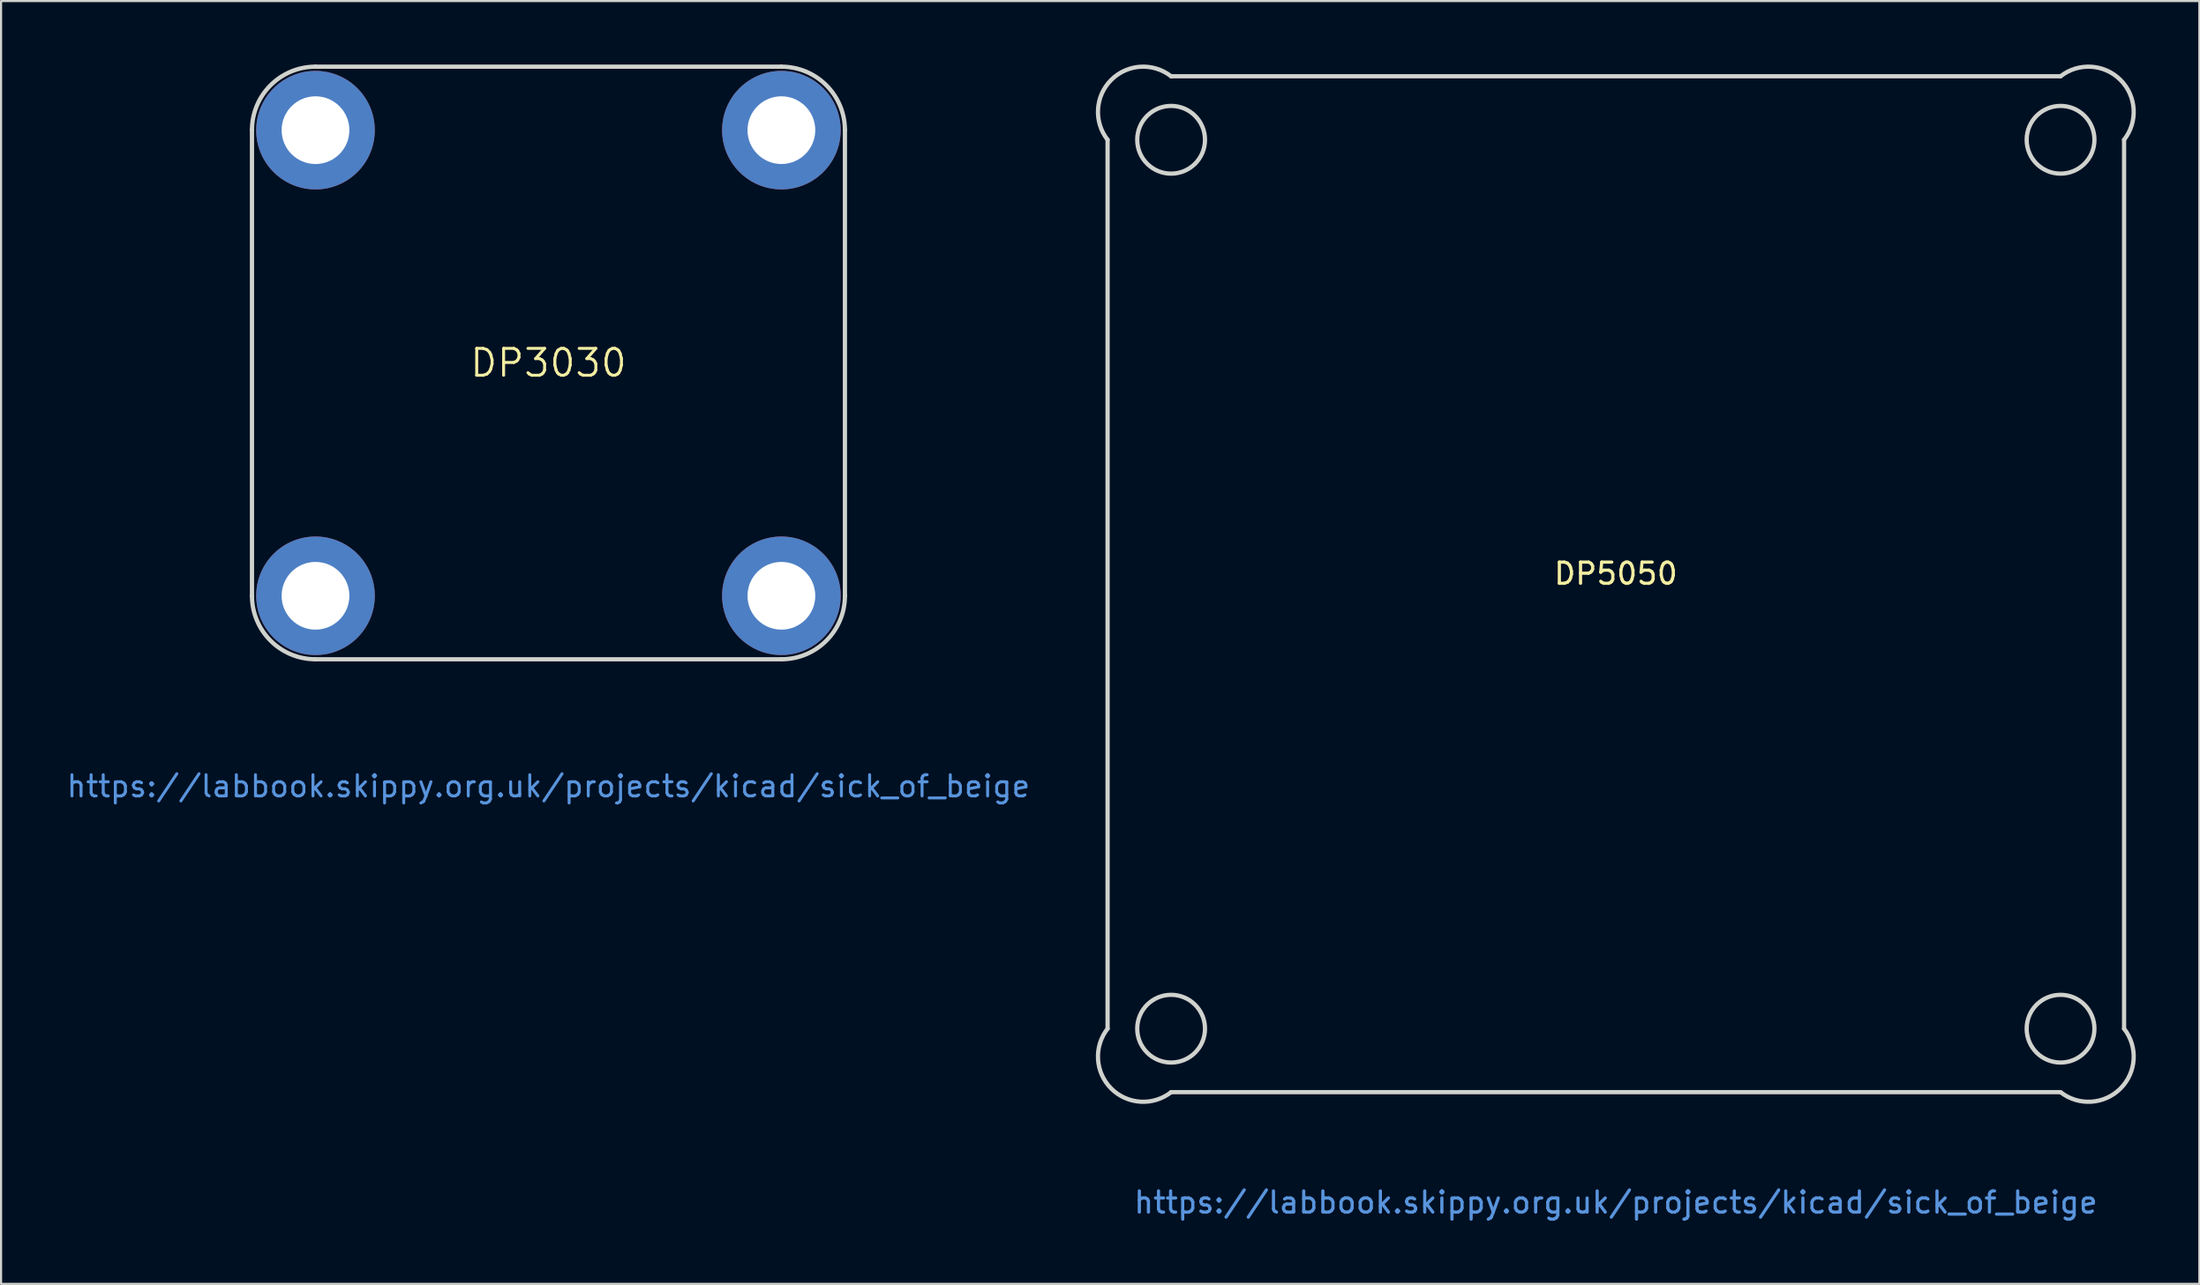
<source format=kicad_pcb>
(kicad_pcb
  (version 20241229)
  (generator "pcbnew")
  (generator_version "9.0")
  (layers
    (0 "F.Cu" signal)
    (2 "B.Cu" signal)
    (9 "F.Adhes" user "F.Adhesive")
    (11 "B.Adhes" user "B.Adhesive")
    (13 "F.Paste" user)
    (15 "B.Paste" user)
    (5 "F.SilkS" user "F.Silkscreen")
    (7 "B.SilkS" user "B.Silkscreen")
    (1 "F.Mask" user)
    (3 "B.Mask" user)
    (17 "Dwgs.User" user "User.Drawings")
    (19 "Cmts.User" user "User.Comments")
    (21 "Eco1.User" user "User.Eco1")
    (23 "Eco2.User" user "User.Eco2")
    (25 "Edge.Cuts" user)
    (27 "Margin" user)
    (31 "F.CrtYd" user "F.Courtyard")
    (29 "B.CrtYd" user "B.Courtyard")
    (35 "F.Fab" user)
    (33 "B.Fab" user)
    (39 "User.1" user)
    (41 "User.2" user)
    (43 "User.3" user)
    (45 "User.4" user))
  (footprint "DP3030"
    (layer "F.Cu")
    (at 22.848 14.1)
    (property "Reference" "DP3030" (at 0 0 0) (layer "F.SilkS") (effects (font (size 1.27 1.27) (thickness 0.14))))
    (fp_line (start -14 11) (end -14 -11) (stroke (width 0.2) (type solid)) (layer "Edge.Cuts"))
    (fp_line (start -11 -14) (end 11 -14) (stroke (width 0.2) (type solid)) (layer "Edge.Cuts"))
    (fp_line (start 11 14) (end -11 14) (stroke (width 0.2) (type solid)) (layer "Edge.Cuts"))
    (fp_line (start 14 -11) (end 14 11) (stroke (width 0.2) (type solid)) (layer "Edge.Cuts"))
    (fp_arc (start -14 -11) (mid -13.12132 -13.12132) (end -11 -14) (stroke (width 0.2) (type solid)) (layer "Edge.Cuts"))
    (fp_arc (start -11 14) (mid -13.12132 13.12132) (end -14 11) (stroke (width 0.2) (type solid)) (layer "Edge.Cuts"))
    (fp_arc (start 11 -14) (mid 13.12132 -13.12132) (end 14 -11) (stroke (width 0.2) (type solid)) (layer "Edge.Cuts"))
    (fp_arc (start 14 11) (mid 13.12132 13.12132) (end 11 14) (stroke (width 0.2) (type solid)) (layer "Edge.Cuts"))
    (fp_circle (center -11 -11) (end -11 -11) (stroke (width 0.05) (type solid)) (fill no) (layer "F.CrtYd"))
    (fp_circle (center -11 11) (end -11 11) (stroke (width 0.05) (type solid)) (fill no) (layer "F.CrtYd"))
    (fp_circle (center 11 -11) (end 11 -11) (stroke (width 0.05) (type solid)) (fill no) (layer "F.CrtYd"))
    (fp_circle (center 11 11) (end 11 11) (stroke (width 0.05) (type solid)) (fill no) (layer "F.CrtYd"))
    (fp_text user "https://labbook.skippy.org.uk/projects/kicad/sick_of_beige" (at 0 20 0) (unlocked yes) (layer "Cmts.User") (effects (font (size 1 1) (thickness 0.14))))
    (pad "1" thru_hole circle (at -11 -11) (size 3.6 3.6) (drill 3.2) (layers "*.Cu" "*.Mask"))
    (pad "1" connect circle (at -11 -11) (size 5.6 5.6) (layers "F.Cu" "F.Mask"))
    (pad "1" connect circle (at -11 -11) (size 5.6 5.6) (layers "B.Cu" "B.Mask"))
    (pad "1" thru_hole circle (at -11 11) (size 3.6 3.6) (drill 3.2) (layers "*.Cu" "*.Mask"))
    (pad "1" connect circle (at -11 11) (size 5.6 5.6) (layers "F.Cu" "F.Mask"))
    (pad "1" connect circle (at -11 11) (size 5.6 5.6) (layers "B.Cu" "B.Mask"))
    (pad "1" thru_hole circle (at 11 -11) (size 3.6 3.6) (drill 3.2) (layers "*.Cu" "*.Mask"))
    (pad "1" connect circle (at 11 -11) (size 5.6 5.6) (layers "F.Cu" "F.Mask"))
    (pad "1" connect circle (at 11 -11) (size 5.6 5.6) (layers "B.Cu" "B.Mask"))
    (pad "1" thru_hole circle (at 11 11) (size 3.6 3.6) (drill 3.2) (layers "*.Cu" "*.Mask"))
    (pad "1" connect circle (at 11 11) (size 5.6 5.6) (layers "F.Cu" "F.Mask"))
    (pad "1" connect circle (at 11 11) (size 5.6 5.6) (layers "B.Cu" "B.Mask")))
  (footprint "DP5050"
    (layer "F.Cu")
    (at 73.251 24.554)
    (property "Reference" "DP5050" (at 0 -0.5 0) (unlocked yes) (layer "F.SilkS") (effects (font (size 1 1) (thickness 0.15))))
    (fp_line (start -24 21) (end -24 -21) (stroke (width 0.2) (type solid)) (layer "Edge.Cuts"))
    (fp_line (start -21 -24) (end 21 -24) (stroke (width 0.2) (type solid)) (layer "Edge.Cuts"))
    (fp_line (start 21 24) (end -21 24) (stroke (width 0.2) (type solid)) (layer "Edge.Cuts"))
    (fp_line (start 24 -21) (end 24 21) (stroke (width 0.2) (type solid)) (layer "Edge.Cuts"))
    (fp_arc (start -24 -21) (mid -23.828427 -23.828427) (end -21 -24) (stroke (width 0.2) (type solid)) (layer "Edge.Cuts"))
    (fp_arc (start -21 24) (mid -23.828427 23.828427) (end -24 21) (stroke (width 0.2) (type solid)) (layer "Edge.Cuts"))
    (fp_arc (start 21 -24) (mid 23.828427 -23.828427) (end 24 -21) (stroke (width 0.2) (type solid)) (layer "Edge.Cuts"))
    (fp_arc (start 24 21) (mid 23.828427 23.828427) (end 21 24) (stroke (width 0.2) (type solid)) (layer "Edge.Cuts"))
    (fp_circle (center -21 -21) (end -19.4 -21) (stroke (width 0.2) (type solid)) (fill no) (layer "Edge.Cuts"))
    (fp_circle (center -21 21) (end -19.4 21) (stroke (width 0.2) (type solid)) (fill no) (layer "Edge.Cuts"))
    (fp_circle (center 21 -21) (end 22.6 -21) (stroke (width 0.2) (type solid)) (fill no) (layer "Edge.Cuts"))
    (fp_circle (center 21 21) (end 22.6 21) (stroke (width 0.2) (type solid)) (fill no) (layer "Edge.Cuts"))
    (fp_text user "https://labbook.skippy.org.uk/projects/kicad/sick_of_beige" (at 0 29.21 0) (unlocked yes) (layer "Cmts.User") (effects (font (size 1 1) (thickness 0.15)))))
  (gr_rect
    (start -3 -3)
    (end 100.805 57.613)
    (stroke (width 0.1) (type default))
    (fill no)
    (layer "Edge.Cuts")))
</source>
